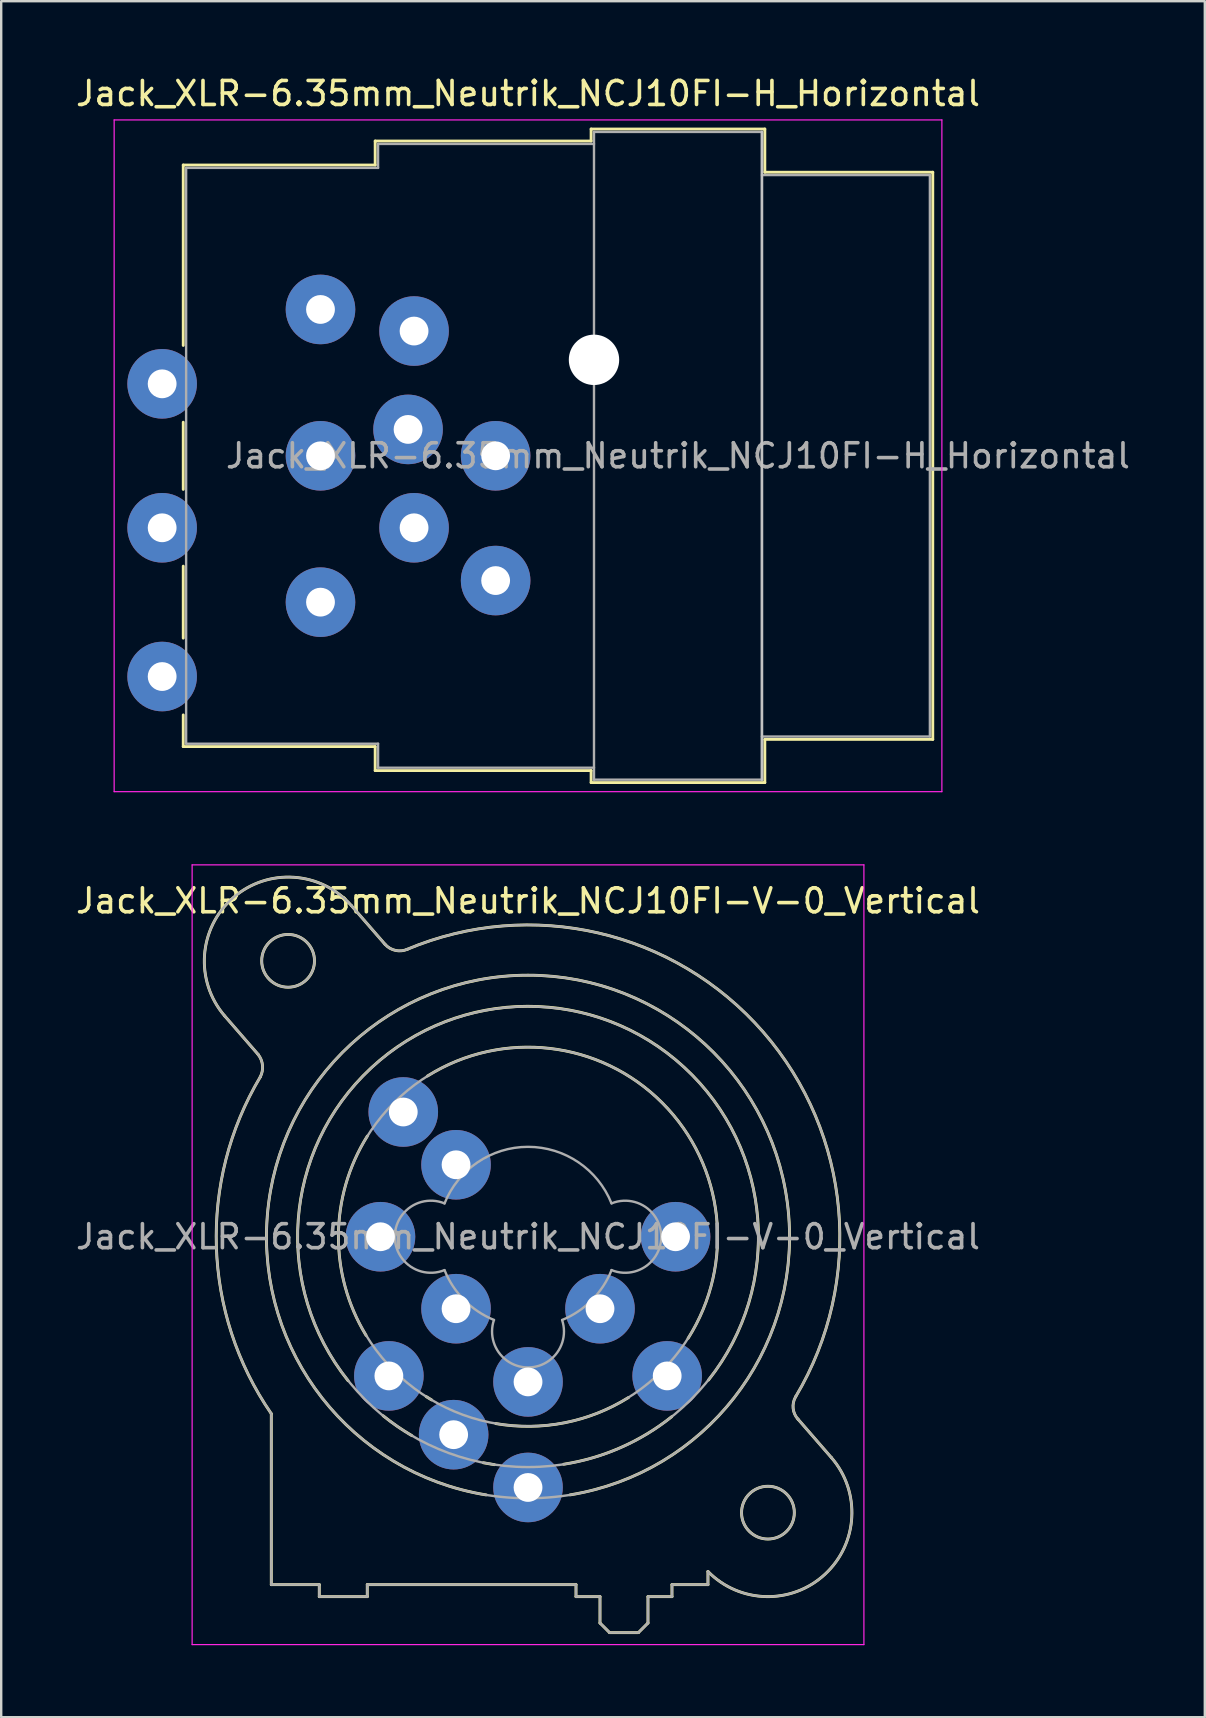
<source format=kicad_pcb>
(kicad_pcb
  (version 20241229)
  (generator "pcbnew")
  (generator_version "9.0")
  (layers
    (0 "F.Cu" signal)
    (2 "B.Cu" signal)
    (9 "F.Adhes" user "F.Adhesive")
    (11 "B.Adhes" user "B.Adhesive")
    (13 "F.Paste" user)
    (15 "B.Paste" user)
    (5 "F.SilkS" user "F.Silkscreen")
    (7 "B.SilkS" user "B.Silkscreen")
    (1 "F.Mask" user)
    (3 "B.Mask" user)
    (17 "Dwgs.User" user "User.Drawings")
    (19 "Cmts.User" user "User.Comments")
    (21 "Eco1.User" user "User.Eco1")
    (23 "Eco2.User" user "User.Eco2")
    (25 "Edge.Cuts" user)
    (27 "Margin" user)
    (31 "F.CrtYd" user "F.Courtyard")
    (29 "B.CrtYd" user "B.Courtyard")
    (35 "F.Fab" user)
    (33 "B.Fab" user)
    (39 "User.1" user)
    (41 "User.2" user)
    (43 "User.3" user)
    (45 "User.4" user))
  (footprint "Jack_XLR-6.35mm_Neutrik_NCJ10FI-V-0_Vertical"
    (layer "F.Cu")
    (at 25.108 48.498)
    (property "Reference" "Jack_XLR-6.35mm_Neutrik_NCJ10FI-V-0_Vertical" (at -6.15 -14 0) (layer "F.SilkS") (effects (font (size 1 1) (thickness 0.15))))
    (attr through_hole)
    (fp_line (start -17.4 -7.6) (end -18.79 -9.2) (stroke (width 0.12) (type solid)) (layer "F.SilkS"))
    (fp_line (start -16.85 14.5) (end -16.85 7.38) (stroke (width 0.12) (type solid)) (layer "F.SilkS"))
    (fp_line (start -14.85 14.5) (end -16.85 14.5) (stroke (width 0.12) (type solid)) (layer "F.SilkS"))
    (fp_line (start -14.85 14.5) (end -14.85 15) (stroke (width 0.12) (type solid)) (layer "F.SilkS"))
    (fp_line (start -13.51 -13.8) (end -12.11 -12.19) (stroke (width 0.12) (type solid)) (layer "F.SilkS"))
    (fp_line (start -12.85 14.5) (end -12.85 15) (stroke (width 0.12) (type solid)) (layer "F.SilkS"))
    (fp_line (start -12.85 15) (end -14.85 15) (stroke (width 0.12) (type solid)) (layer "F.SilkS"))
    (fp_line (start -4.15 14.5) (end -12.85 14.5) (stroke (width 0.12) (type solid)) (layer "F.SilkS"))
    (fp_line (start -4.15 14.5) (end -4.15 15) (stroke (width 0.12) (type solid)) (layer "F.SilkS"))
    (fp_line (start -3.15 15) (end -4.15 15) (stroke (width 0.12) (type solid)) (layer "F.SilkS"))
    (fp_line (start -3.15 15) (end -3.15 16.1) (stroke (width 0.12) (type solid)) (layer "F.SilkS"))
    (fp_line (start -3.15 16.1) (end -2.75 16.5) (stroke (width 0.12) (type solid)) (layer "F.SilkS"))
    (fp_line (start -1.55 16.5) (end -2.75 16.5) (stroke (width 0.12) (type solid)) (layer "F.SilkS"))
    (fp_line (start -1.15 15) (end -1.15 16.1) (stroke (width 0.12) (type solid)) (layer "F.SilkS"))
    (fp_line (start -1.15 16.1) (end -1.55 16.5) (stroke (width 0.12) (type solid)) (layer "F.SilkS"))
    (fp_line (start -0.15 14.5) (end -0.15 15) (stroke (width 0.12) (type solid)) (layer "F.SilkS"))
    (fp_line (start -0.15 15) (end -1.15 15) (stroke (width 0.12) (type solid)) (layer "F.SilkS"))
    (fp_line (start 1.35 13.95) (end 1.35 14.5) (stroke (width 0.12) (type solid)) (layer "F.SilkS"))
    (fp_line (start 1.35 14.5) (end -0.15 14.5) (stroke (width 0.12) (type solid)) (layer "F.SilkS"))
    (fp_line (start 5.1 7.6) (end 6.49 9.2) (stroke (width 0.12) (type solid)) (layer "F.SilkS"))
    (fp_arc (start -18.79 -9.2) (mid -18.45 -14.14) (end -13.51 -13.8) (stroke (width 0.12) (type solid)) (layer "F.SilkS"))
    (fp_arc (start -17.400452 -7.59955) (mid -17.216295 -7.14315) (end -17.31 -6.66) (stroke (width 0.12) (type solid)) (layer "F.SilkS"))
    (fp_arc (start -16.851206 7.374645) (mid -19.139261 0.42462) (end -17.31 -6.66) (stroke (width 0.12) (type solid)) (layer "F.SilkS"))
    (fp_arc (start -13.65 6) (mid -6.168408 -9.604669) (end 1.372943 5.971208) (stroke (width 0.12) (type solid)) (layer "F.SilkS"))
    (fp_arc (start -12.9 4.11) (mid -14.052663 -0.0501) (end -12.847348 -4.195251) (stroke (width 0.12) (type solid)) (layer "F.SilkS"))
    (fp_arc (start -11.201352 -11.974349) (mid 3.655031 -8.530097) (end 5.01 6.66) (stroke (width 0.12) (type solid)) (layer "F.SilkS"))
    (fp_arc (start -11.177539 -11.981856) (mid -11.677484 -11.93489) (end -12.11 -12.19) (stroke (width 0.12) (type solid)) (layer "F.SilkS"))
    (fp_arc (start -10.99 8.29) (mid -11.604845 7.89901) (end -12.188263 7.462512) (stroke (width 0.12) (type solid)) (layer "F.SilkS"))
    (fp_arc (start -10.34 -6.7) (mid -0.544787 -5.570251) (end 0.523653 4.231839) (stroke (width 0.12) (type solid)) (layer "F.SilkS"))
    (fp_arc (start -10.17 6.8) (mid -10.28219 6.732414) (end -10.393245 6.662978) (stroke (width 0.12) (type solid)) (layer "F.SilkS"))
    (fp_arc (start -7.9 10.76) (mid -6.152346 -10.90138) (end -4.395368 10.759246) (stroke (width 0.12) (type solid)) (layer "F.SilkS"))
    (fp_arc (start -7.55 9.5) (mid -7.781688 9.462959) (end -8.012401 9.420269) (stroke (width 0.12) (type solid)) (layer "F.SilkS"))
    (fp_arc (start -1.96 6.7) (mid -4.625828 7.753902) (end -7.492223 7.78746) (stroke (width 0.12) (type solid)) (layer "F.SilkS"))
    (fp_arc (start -0.16 7.5) (mid -2.282236 8.784674) (end -4.662837 9.482534) (stroke (width 0.12) (type solid)) (layer "F.SilkS"))
    (fp_arc (start 5.109394 7.611661) (mid 4.900255 7.152483) (end 5.01 6.66) (stroke (width 0.12) (type solid)) (layer "F.SilkS"))
    (fp_arc (start 6.49 9.2) (mid 6.227307 14.070606) (end 1.351052 13.95252) (stroke (width 0.12) (type solid)) (layer "F.SilkS"))
    (fp_circle (center -16.15 -11.5) (end -15.05 -11.5) (stroke (width 0.12) (type solid)) (fill no) (layer "F.SilkS"))
    (fp_circle (center 3.85 11.5) (end 4.95 11.5) (stroke (width 0.12) (type solid)) (fill no) (layer "F.SilkS"))
    (fp_line (start -20.15 -15.5) (end 7.85 -15.5) (stroke (width 0.05) (type solid)) (layer "F.CrtYd"))
    (fp_line (start -20.15 17) (end -20.15 -15.5) (stroke (width 0.05) (type solid)) (layer "F.CrtYd"))
    (fp_line (start 7.85 -15.5) (end 7.85 17) (stroke (width 0.05) (type solid)) (layer "F.CrtYd"))
    (fp_line (start 7.85 17) (end -20.15 17) (stroke (width 0.05) (type solid)) (layer "F.CrtYd"))
    (fp_line (start -17.4 -7.6) (end -18.79 -9.2) (stroke (width 0.1) (type solid)) (layer "F.Fab"))
    (fp_line (start -16.85 14.5) (end -16.85 7.38) (stroke (width 0.1) (type solid)) (layer "F.Fab"))
    (fp_line (start -14.85 14.5) (end -16.85 14.5) (stroke (width 0.1) (type solid)) (layer "F.Fab"))
    (fp_line (start -14.85 14.5) (end -14.85 15) (stroke (width 0.1) (type solid)) (layer "F.Fab"))
    (fp_line (start -13.51 -13.8) (end -12.11 -12.19) (stroke (width 0.1) (type solid)) (layer "F.Fab"))
    (fp_line (start -12.85 14.5) (end -12.85 15) (stroke (width 0.1) (type solid)) (layer "F.Fab"))
    (fp_line (start -12.85 15) (end -14.85 15) (stroke (width 0.1) (type solid)) (layer "F.Fab"))
    (fp_line (start -4.15 14.5) (end -12.85 14.5) (stroke (width 0.1) (type solid)) (layer "F.Fab"))
    (fp_line (start -4.15 14.5) (end -4.15 15) (stroke (width 0.1) (type solid)) (layer "F.Fab"))
    (fp_line (start -3.15 15) (end -4.15 15) (stroke (width 0.1) (type solid)) (layer "F.Fab"))
    (fp_line (start -3.15 15) (end -3.15 16.1) (stroke (width 0.1) (type solid)) (layer "F.Fab"))
    (fp_line (start -3.15 16.1) (end -2.75 16.5) (stroke (width 0.1) (type solid)) (layer "F.Fab"))
    (fp_line (start -1.55 16.5) (end -2.75 16.5) (stroke (width 0.1) (type solid)) (layer "F.Fab"))
    (fp_line (start -1.15 15) (end -1.15 16.1) (stroke (width 0.1) (type solid)) (layer "F.Fab"))
    (fp_line (start -1.15 16.1) (end -1.55 16.5) (stroke (width 0.1) (type solid)) (layer "F.Fab"))
    (fp_line (start -0.15 14.5) (end -0.15 15) (stroke (width 0.1) (type solid)) (layer "F.Fab"))
    (fp_line (start -0.15 15) (end -1.15 15) (stroke (width 0.1) (type solid)) (layer "F.Fab"))
    (fp_line (start 1.35 13.95) (end 1.35 14.5) (stroke (width 0.1) (type solid)) (layer "F.Fab"))
    (fp_line (start 1.35 14.5) (end -0.15 14.5) (stroke (width 0.1) (type solid)) (layer "F.Fab"))
    (fp_line (start 5.1 7.6) (end 6.49 9.2) (stroke (width 0.1) (type solid)) (layer "F.Fab"))
    (fp_arc (start -18.79 -9.2) (mid -18.45 -14.14) (end -13.51 -13.8) (stroke (width 0.1) (type solid)) (layer "F.Fab"))
    (fp_arc (start -17.400452 -7.59955) (mid -17.216295 -7.14315) (end -17.31 -6.66) (stroke (width 0.1) (type solid)) (layer "F.Fab"))
    (fp_arc (start -16.851206 7.374645) (mid -19.139261 0.42462) (end -17.31 -6.66) (stroke (width 0.1) (type solid)) (layer "F.Fab"))
    (fp_arc (start -11.201352 -11.974349) (mid 3.655031 -8.530097) (end 5.01 6.66) (stroke (width 0.1) (type solid)) (layer "F.Fab"))
    (fp_arc (start -11.177539 -11.981856) (mid -11.677484 -11.93489) (end -12.11 -12.19) (stroke (width 0.1) (type solid)) (layer "F.Fab"))
    (fp_arc (start -9.634717 1.391925) (mid -11.702329 -0.002547) (end -9.63 -1.39) (stroke (width 0.1) (type solid)) (layer "F.Fab"))
    (fp_arc (start -9.631116 -1.387204) (mid -6.151505 -3.747333) (end -2.67 -1.39) (stroke (width 0.1) (type solid)) (layer "F.Fab"))
    (fp_arc (start -7.567529 3.468878) (mid -8.810241 2.639246) (end -9.63 1.39) (stroke (width 0.1) (type solid)) (layer "F.Fab"))
    (fp_arc (start -4.729599 3.471189) (mid -6.150627 5.448932) (end -7.57 3.47) (stroke (width 0.1) (type solid)) (layer "F.Fab"))
    (fp_arc (start -2.667476 1.389002) (mid -3.487046 2.639314) (end -4.73 3.47) (stroke (width 0.1) (type solid)) (layer "F.Fab"))
    (fp_arc (start -2.665283 -1.391925) (mid -0.597671 0.002547) (end -2.67 1.39) (stroke (width 0.1) (type solid)) (layer "F.Fab"))
    (fp_arc (start 5.109394 7.611661) (mid 4.900255 7.152483) (end 5.01 6.66) (stroke (width 0.1) (type solid)) (layer "F.Fab"))
    (fp_arc (start 6.49 9.2) (mid 6.227307 14.070606) (end 1.351052 13.95252) (stroke (width 0.1) (type solid)) (layer "F.Fab"))
    (fp_circle (center -16.15 -11.5) (end -15.05 -11.5) (stroke (width 0.1) (type solid)) (fill no) (layer "F.Fab"))
    (fp_circle (center -6.15 0) (end 1.75 0) (stroke (width 0.1) (type solid)) (fill no) (layer "F.Fab"))
    (fp_circle (center -6.15 0) (end 3.45 0) (stroke (width 0.1) (type solid)) (fill no) (layer "F.Fab"))
    (fp_circle (center -6.15 0) (end 4.75 0) (stroke (width 0.1) (type solid)) (fill no) (layer "F.Fab"))
    (fp_circle (center 3.85 11.5) (end 4.95 11.5) (stroke (width 0.1) (type solid)) (fill no) (layer "F.Fab"))
    (fp_text user "${REFERENCE}" (at -6.15 0 0) (layer "F.Fab") (effects (font (size 1 1) (thickness 0.15))))
    (pad "1" thru_hole circle (at 0 0) (size 2.9 2.9) (drill 1.2) (layers "*.Cu" "*.Mask"))
    (pad "2" thru_hole circle (at -12.3 0) (size 2.9 2.9) (drill 1.2) (layers "*.Cu" "*.Mask"))
    (pad "3" thru_hole circle (at -6.15 6.05) (size 2.9 2.9) (drill 1.2) (layers "*.Cu" "*.Mask"))
    (pad "G" thru_hole circle (at -6.15 10.45) (size 2.9 2.9) (drill 1.2) (layers "*.Cu" "*.Mask"))
    (pad "GN" thru_hole circle (at -9.25 8.25) (size 2.9 2.9) (drill 1.2) (layers "*.Cu" "*.Mask"))
    (pad "R" thru_hole circle (at -0.35 5.8) (size 2.9 2.9) (drill 1.2) (layers "*.Cu" "*.Mask"))
    (pad "RN" thru_hole circle (at -3.15 3) (size 2.9 2.9) (drill 1.2) (layers "*.Cu" "*.Mask"))
    (pad "S" thru_hole circle (at -11.95 5.8) (size 2.9 2.9) (drill 1.2) (layers "*.Cu" "*.Mask"))
    (pad "SN" thru_hole circle (at -9.15 3) (size 2.9 2.9) (drill 1.2) (layers "*.Cu" "*.Mask"))
    (pad "T" thru_hole circle (at -11.35 -5.2) (size 2.9 2.9) (drill 1.2) (layers "*.Cu" "*.Mask"))
    (pad "TN" thru_hole circle (at -9.15 -3) (size 2.9 2.9) (drill 1.2) (layers "*.Cu" "*.Mask")))
  (footprint "Jack_XLR-6.35mm_Neutrik_NCJ10FI-H_Horizontal"
    (layer "F.Cu")
    (at 10.308 9.848)
    (property "Reference" "Jack_XLR-6.35mm_Neutrik_NCJ10FI-H_Horizontal" (at 8.65 -9 0) (layer "F.SilkS") (effects (font (size 1 1) (thickness 0.15))))
    (attr through_hole)
    (fp_line (start -5.72 -6.02) (end -5.72 1.5) (stroke (width 0.12) (type solid)) (layer "F.SilkS"))
    (fp_line (start -5.72 4.7) (end -5.72 7.5) (stroke (width 0.12) (type solid)) (layer "F.SilkS"))
    (fp_line (start -5.72 10.7) (end -5.72 13.7) (stroke (width 0.12) (type solid)) (layer "F.SilkS"))
    (fp_line (start -5.72 16.9) (end -5.72 18.22) (stroke (width 0.12) (type solid)) (layer "F.SilkS"))
    (fp_line (start 2.28 -7.02) (end 2.28 -6.02) (stroke (width 0.12) (type solid)) (layer "F.SilkS"))
    (fp_line (start 2.28 -6.02) (end -5.72 -6.02) (stroke (width 0.12) (type solid)) (layer "F.SilkS"))
    (fp_line (start 2.28 18.22) (end -5.72 18.22) (stroke (width 0.12) (type solid)) (layer "F.SilkS"))
    (fp_line (start 2.28 19.22) (end 2.28 18.22) (stroke (width 0.12) (type solid)) (layer "F.SilkS"))
    (fp_line (start 11.28 -7.02) (end 2.28 -7.02) (stroke (width 0.12) (type solid)) (layer "F.SilkS"))
    (fp_line (start 11.28 -7.02) (end 11.28 -7.52) (stroke (width 0.12) (type solid)) (layer "F.SilkS"))
    (fp_line (start 11.28 19.22) (end 2.28 19.22) (stroke (width 0.12) (type solid)) (layer "F.SilkS"))
    (fp_line (start 11.28 19.72) (end 11.28 19.22) (stroke (width 0.12) (type solid)) (layer "F.SilkS"))
    (fp_line (start 18.52 -7.52) (end 11.28 -7.52) (stroke (width 0.12) (type solid)) (layer "F.SilkS"))
    (fp_line (start 18.52 -7.52) (end 18.52 -5.72) (stroke (width 0.12) (type solid)) (layer "F.SilkS"))
    (fp_line (start 18.52 -5.72) (end 25.52 -5.72) (stroke (width 0.12) (type solid)) (layer "F.SilkS"))
    (fp_line (start 18.52 17.92) (end 18.52 19.72) (stroke (width 0.12) (type solid)) (layer "F.SilkS"))
    (fp_line (start 18.52 17.92) (end 25.52 17.92) (stroke (width 0.12) (type solid)) (layer "F.SilkS"))
    (fp_line (start 18.52 19.72) (end 11.28 19.72) (stroke (width 0.12) (type solid)) (layer "F.SilkS"))
    (fp_line (start 25.52 -5.72) (end 25.52 17.92) (stroke (width 0.12) (type solid)) (layer "F.SilkS"))
    (fp_line (start 18.4 -7.4) (end 18.4 19.6) (stroke (width 0.1) (type solid)) (layer "Dwgs.User"))
    (fp_line (start -8.6 -7.9) (end -8.6 20.1) (stroke (width 0.05) (type solid)) (layer "F.CrtYd"))
    (fp_line (start 25.9 -7.9) (end -8.6 -7.9) (stroke (width 0.05) (type solid)) (layer "F.CrtYd"))
    (fp_line (start 25.9 -7.9) (end 25.9 20.1) (stroke (width 0.05) (type solid)) (layer "F.CrtYd"))
    (fp_line (start 25.9 20.1) (end -8.6 20.1) (stroke (width 0.05) (type solid)) (layer "F.CrtYd"))
    (fp_line (start -5.6 -5.9) (end -5.6 18.1) (stroke (width 0.1) (type solid)) (layer "F.Fab"))
    (fp_line (start -5.6 18.1) (end 2.4 18.1) (stroke (width 0.1) (type solid)) (layer "F.Fab"))
    (fp_line (start 2.4 -6.9) (end 2.4 -5.9) (stroke (width 0.1) (type solid)) (layer "F.Fab"))
    (fp_line (start 2.4 -5.9) (end -5.6 -5.9) (stroke (width 0.1) (type solid)) (layer "F.Fab"))
    (fp_line (start 2.4 18.1) (end 2.4 19.1) (stroke (width 0.1) (type solid)) (layer "F.Fab"))
    (fp_line (start 2.4 19.1) (end 11.4 19.1) (stroke (width 0.1) (type solid)) (layer "F.Fab"))
    (fp_line (start 11.4 -7.4) (end 18.4 -7.4) (stroke (width 0.1) (type solid)) (layer "F.Fab"))
    (fp_line (start 11.4 -6.9) (end 2.4 -6.9) (stroke (width 0.1) (type solid)) (layer "F.Fab"))
    (fp_line (start 11.4 19.6) (end 11.4 -7.4) (stroke (width 0.1) (type solid)) (layer "F.Fab"))
    (fp_line (start 18.4 -7.4) (end 18.4 19.6) (stroke (width 0.1) (type solid)) (layer "F.Fab"))
    (fp_line (start 18.4 -5.6) (end 25.4 -5.6) (stroke (width 0.1) (type solid)) (layer "F.Fab"))
    (fp_line (start 18.4 19.6) (end 11.4 19.6) (stroke (width 0.1) (type solid)) (layer "F.Fab"))
    (fp_line (start 25.4 -5.6) (end 25.4 17.8) (stroke (width 0.1) (type solid)) (layer "F.Fab"))
    (fp_line (start 25.4 17.8) (end 18.4 17.8) (stroke (width 0.1) (type solid)) (layer "F.Fab"))
    (fp_text user "${REFERENCE}" (at 14.9 6.1 0) (layer "F.Fab") (effects (font (size 1 1) (thickness 0.15))))
    (pad "" np_thru_hole circle (at 11.4 2.1) (size 2.1 2.1) (drill 2.1) (layers "*.Cu" "*.Mask"))
    (pad "1" thru_hole circle (at 0 0) (size 2.9 2.9) (drill 1.2) (layers "*.Cu" "*.Mask"))
    (pad "2" thru_hole circle (at 0 12.2) (size 2.9 2.9) (drill 1.2) (layers "*.Cu" "*.Mask"))
    (pad "3" thru_hole circle (at 0 6.1) (size 2.9 2.9) (drill 1.2) (layers "*.Cu" "*.Mask"))
    (pad "G" thru_hole circle (at 7.3 6.1) (size 2.9 2.9) (drill 1.2) (layers "*.Cu" "*.Mask"))
    (pad "GN" thru_hole circle (at 3.65 5) (size 2.9 2.9) (drill 1.2) (layers "*.Cu" "*.Mask"))
    (pad "R" thru_hole circle (at 3.9 0.9) (size 2.9 2.9) (drill 1.2) (layers "*.Cu" "*.Mask"))
    (pad "RN" thru_hole circle (at -6.6 3.1) (size 2.9 2.9) (drill 1.2) (layers "*.Cu" "*.Mask"))
    (pad "S" thru_hole circle (at 7.3 11.3) (size 2.9 2.9) (drill 1.2) (layers "*.Cu" "*.Mask"))
    (pad "SN" thru_hole circle (at 3.9 9.1) (size 2.9 2.9) (drill 1.2) (layers "*.Cu" "*.Mask"))
    (pad "T" thru_hole circle (at -6.6 15.3) (size 2.9 2.9) (drill 1.2) (layers "*.Cu" "*.Mask"))
    (pad "TN" thru_hole circle (at -6.6 9.1) (size 2.9 2.9) (drill 1.2) (layers "*.Cu" "*.Mask")))
  (gr_rect
    (start -3 -3)
    (end 47.167 68.523)
    (stroke (width 0.1) (type default))
    (fill no)
    (layer "Edge.Cuts")))
</source>
